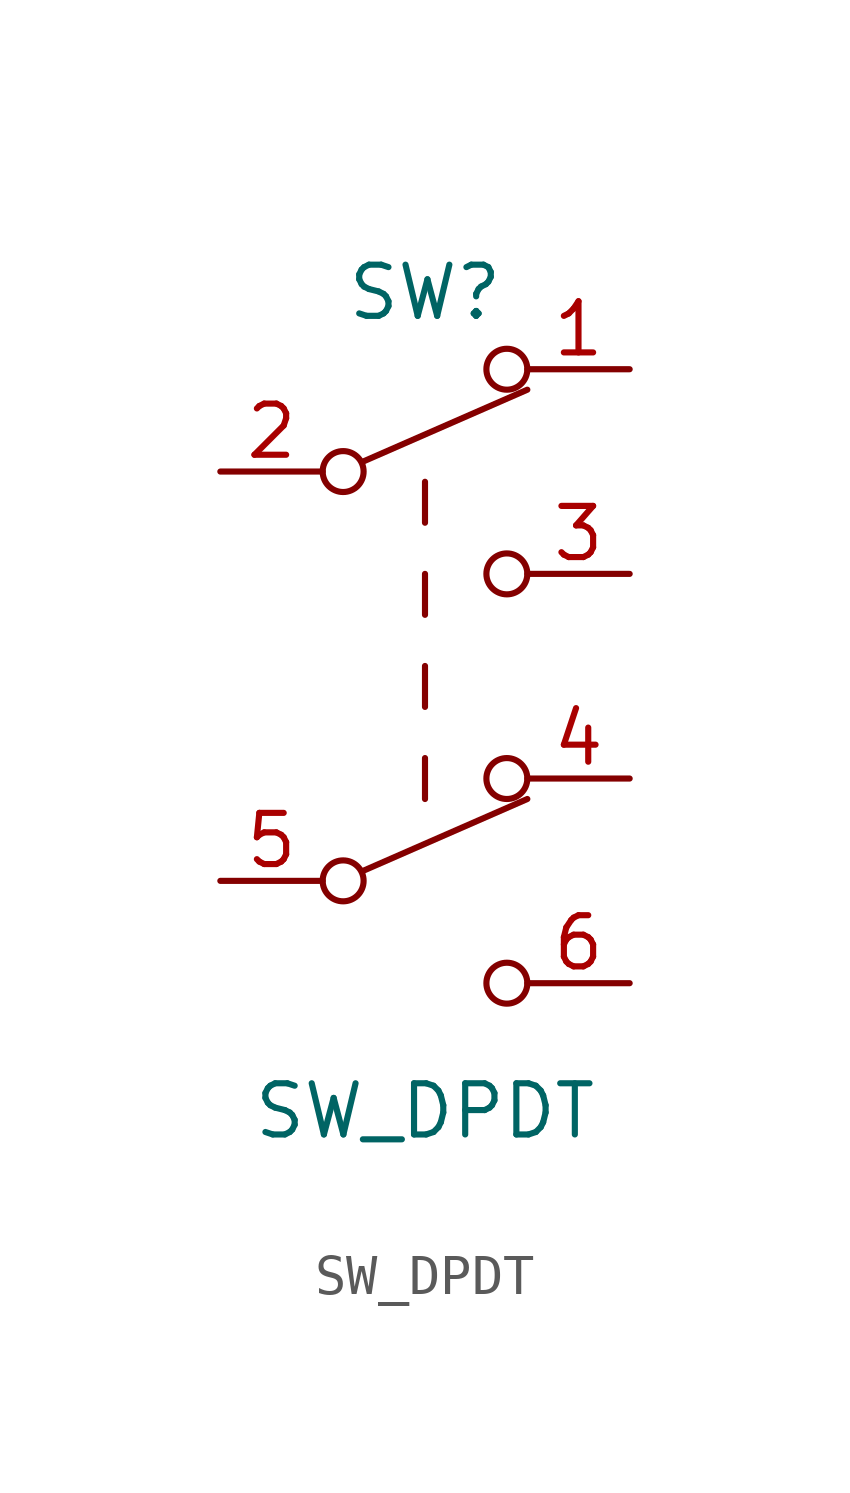
<source format=kicad_sym>
(kicad_symbol_lib
  (version 20220914)
  (generator kicad_symbol_editor)
  (symbol "SW_DPDT"
    (pin_names
      (offset 0) hide)
    (property "Reference" "SW"
      (at 0 9.525 0)
      (effects (font (size 1.27 1.27))))
    (property "Value" "SW_DPDT"
      (at 0 -10.795 0)
      (effects (font (size 1.27 1.27))))
    (symbol "SW_DPDT_0_0"
      (circle (center -2.032 -5.08) (radius 0.508) (stroke (width 0) (type solid)) (fill (type none)))
      (circle (center -2.032 5.08) (radius 0.508) (stroke (width 0) (type solid)) (fill (type none)))
      (circle (center 2.032 -7.62) (radius 0.508) (stroke (width 0) (type solid)) (fill (type none)))
      (circle (center 2.032 2.54) (radius 0.508) (stroke (width 0) (type solid)) (fill (type none))))
    (symbol "SW_DPDT_0_1"
      (polyline (pts (xy -1.524 -4.826) (xy 2.54 -3.048)) (stroke (width 0) (type solid)) (fill (type none)))
      (polyline (pts (xy -1.524 5.334) (xy 2.54 7.112)) (stroke (width 0) (type solid)) (fill (type none)))
      (polyline (pts (xy 0 -2.032) (xy 0 -3.048)) (stroke (width 0) (type solid)) (fill (type none)))
      (polyline (pts (xy 0 -0.762) (xy 0 0.254)) (stroke (width 0) (type solid)) (fill (type none)))
      (polyline (pts (xy 0 1.524) (xy 0 2.54)) (stroke (width 0) (type solid)) (fill (type none)))
      (polyline (pts (xy 0 3.81) (xy 0 4.826)) (stroke (width 0) (type solid)) (fill (type none)))
      (circle (center 2.032 -2.54) (radius 0.508) (stroke (width 0) (type solid)) (fill (type none)))
      (circle (center 2.032 7.62) (radius 0.508) (stroke (width 0) (type solid)) (fill (type none))))
    (symbol "SW_DPDT_1_1"
      (pin passive line (at 5.08 7.62 180) (length 2.54) (name "A" (effects (font (size 1.27 1.27)))) (number "1" (effects (font (size 1.27 1.27)))))
      (pin passive line (at -5.08 5.08 0) (length 2.54) (name "B" (effects (font (size 1.27 1.27)))) (number "2" (effects (font (size 1.27 1.27)))))
      (pin passive line (at 5.08 2.54 180) (length 2.54) (name "C" (effects (font (size 1.27 1.27)))) (number "3" (effects (font (size 1.27 1.27)))))
      (pin passive line (at 5.08 -2.54 180) (length 2.54) (name "A" (effects (font (size 1.27 1.27)))) (number "4" (effects (font (size 1.27 1.27)))))
      (pin passive line (at -5.08 -5.08 0) (length 2.54) (name "B" (effects (font (size 1.27 1.27)))) (number "5" (effects (font (size 1.27 1.27)))))
      (pin passive line (at 5.08 -7.62 180) (length 2.54) (name "C" (effects (font (size 1.27 1.27)))) (number "6" (effects (font (size 1.27 1.27))))))))
</source>
